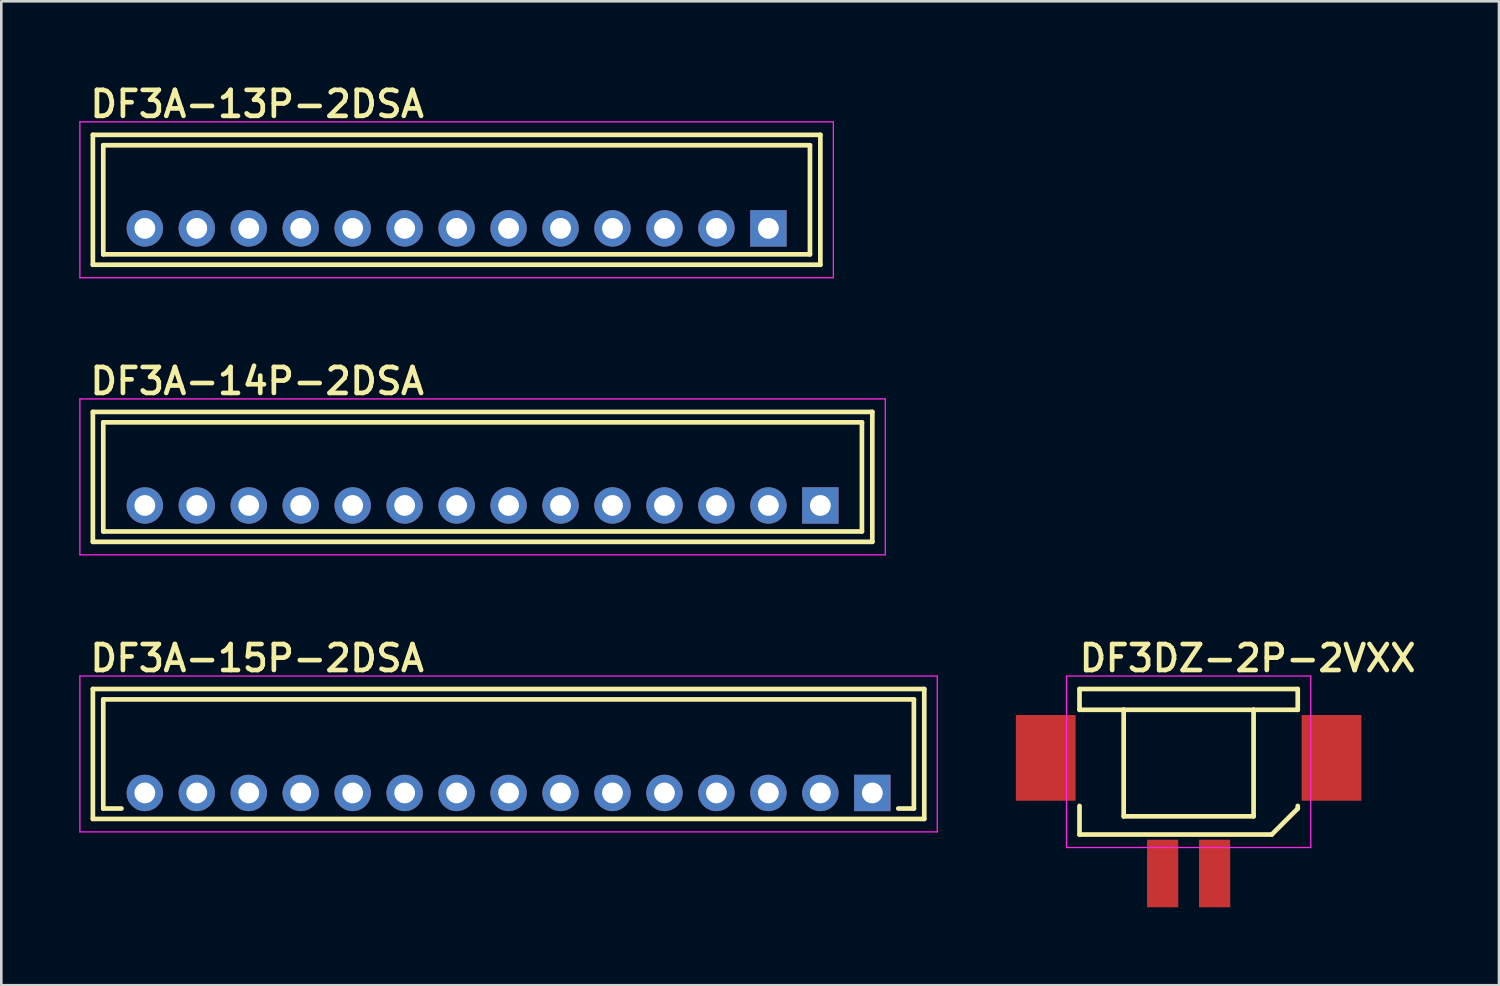
<source format=kicad_pcb>
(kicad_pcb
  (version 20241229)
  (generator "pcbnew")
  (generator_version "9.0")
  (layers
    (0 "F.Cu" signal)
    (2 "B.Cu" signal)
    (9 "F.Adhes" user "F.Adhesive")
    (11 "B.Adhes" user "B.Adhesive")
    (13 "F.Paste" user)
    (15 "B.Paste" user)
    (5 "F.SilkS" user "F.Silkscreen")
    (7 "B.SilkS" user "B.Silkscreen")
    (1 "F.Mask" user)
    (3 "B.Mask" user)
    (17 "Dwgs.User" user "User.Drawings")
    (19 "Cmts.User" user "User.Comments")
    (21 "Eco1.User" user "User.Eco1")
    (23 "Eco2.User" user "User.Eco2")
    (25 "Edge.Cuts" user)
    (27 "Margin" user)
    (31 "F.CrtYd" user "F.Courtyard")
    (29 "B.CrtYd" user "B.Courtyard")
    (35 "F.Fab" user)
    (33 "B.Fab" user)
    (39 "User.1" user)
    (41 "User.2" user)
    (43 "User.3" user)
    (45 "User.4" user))
  (footprint "DF3DZ-2P-2VXX"
    (layer "F.Cu")
    (at 42.7 30.57)
    (property "Reference" "DF3DZ-2P-2VXX" (at -4.3 -7.7 0) (layer "F.SilkS") (effects (font (size 1 1) (thickness 0.18)) (justify left bottom)))
    (attr through_hole)
    (fp_line (start -4.2 -7.1) (end -4.2 -6.3) (stroke (width 0.18) (type solid)) (layer "F.SilkS"))
    (fp_line (start -4.2 -7.1) (end 4.2 -7.1) (stroke (width 0.18) (type solid)) (layer "F.SilkS"))
    (fp_line (start -4.2 -1.5) (end -4.2 -2.6) (stroke (width 0.18) (type solid)) (layer "F.SilkS"))
    (fp_line (start -4.2 -1.5) (end 3.2 -1.5) (stroke (width 0.18) (type solid)) (layer "F.SilkS"))
    (fp_line (start -2.5 -6.3) (end -4.2 -6.3) (stroke (width 0.18) (type solid)) (layer "F.SilkS"))
    (fp_line (start -2.5 -6.3) (end -2.5 -2.2) (stroke (width 0.18) (type solid)) (layer "F.SilkS"))
    (fp_line (start -2.5 -6.3) (end 2.5 -6.3) (stroke (width 0.18) (type solid)) (layer "F.SilkS"))
    (fp_line (start -2.5 -2.2) (end 2.5 -2.2) (stroke (width 0.18) (type solid)) (layer "F.SilkS"))
    (fp_line (start 2.5 -6.3) (end 4.2 -6.3) (stroke (width 0.18) (type solid)) (layer "F.SilkS"))
    (fp_line (start 2.5 -2.2) (end 2.5 -6.3) (stroke (width 0.18) (type solid)) (layer "F.SilkS"))
    (fp_line (start 3.2 -1.5) (end 4.2 -2.5) (stroke (width 0.18) (type solid)) (layer "F.SilkS"))
    (fp_line (start 4.2 -7.1) (end 4.2 -6.3) (stroke (width 0.18) (type solid)) (layer "F.SilkS"))
    (fp_line (start 4.2 -2.5) (end 4.2 -2.6) (stroke (width 0.18) (type solid)) (layer "F.SilkS"))
    (fp_line (start -4.7 -7.6) (end 4.7 -7.6) (stroke (width 0.05) (type solid)) (layer "F.CrtYd"))
    (fp_line (start -4.7 -1) (end -4.7 -7.6) (stroke (width 0.05) (type solid)) (layer "F.CrtYd"))
    (fp_line (start 4.7 -7.6) (end 4.7 -1) (stroke (width 0.05) (type solid)) (layer "F.CrtYd"))
    (fp_line (start 4.7 -1) (end -4.7 -1) (stroke (width 0.05) (type solid)) (layer "F.CrtYd"))
    (pad "1" smd rect (at 1 0) (size 1.2 2.6) (layers "F.Cu" "F.Mask" "F.Paste"))
    (pad "2" smd rect (at -1 0) (size 1.2 2.6) (layers "F.Cu" "F.Mask" "F.Paste"))
    (pad "TAB" smd rect (at -5.5 -4.45) (size 2.3 3.3) (layers "F.Cu" "F.Mask" "F.Paste"))
    (pad "TAB" smd rect (at 5.5 -4.45) (size 2.3 3.3) (layers "F.Cu" "F.Mask" "F.Paste")))
  (footprint "DF3A-14P-2DSA"
    (layer "F.Cu")
    (at 15.525 16.405)
    (property "Reference" "DF3A-14P-2DSA" (at -15.2 -4.2 0) (layer "F.SilkS") (effects (font (size 1 1) (thickness 0.18)) (justify left bottom)))
    (attr through_hole)
    (fp_line (start -15 -3.6) (end 15 -3.6) (stroke (width 0.18) (type solid)) (layer "F.SilkS"))
    (fp_line (start -15 1.4) (end -15 -3.6) (stroke (width 0.18) (type solid)) (layer "F.SilkS"))
    (fp_line (start -14.6 -3.2) (end -14.6 1) (stroke (width 0.18) (type solid)) (layer "F.SilkS"))
    (fp_line (start -14.6 -3.2) (end 14.6 -3.2) (stroke (width 0.18) (type solid)) (layer "F.SilkS"))
    (fp_line (start -14.6 1) (end 14.6 1) (stroke (width 0.18) (type solid)) (layer "F.SilkS"))
    (fp_line (start 14.6 -3.2) (end 14.6 1) (stroke (width 0.18) (type solid)) (layer "F.SilkS"))
    (fp_line (start 15 -3.6) (end 15 1.4) (stroke (width 0.18) (type solid)) (layer "F.SilkS"))
    (fp_line (start 15 1.4) (end -15 1.4) (stroke (width 0.18) (type solid)) (layer "F.SilkS"))
    (fp_line (start -15.5 -4.1) (end 15.5 -4.1) (stroke (width 0.05) (type solid)) (layer "F.CrtYd"))
    (fp_line (start -15.5 1.9) (end -15.5 -4.1) (stroke (width 0.05) (type solid)) (layer "F.CrtYd"))
    (fp_line (start 15.5 -4.1) (end 15.5 1.9) (stroke (width 0.05) (type solid)) (layer "F.CrtYd"))
    (fp_line (start 15.5 1.9) (end -15.5 1.9) (stroke (width 0.05) (type solid)) (layer "F.CrtYd"))
    (pad "1" thru_hole rect (at 13 0) (size 1.4 1.4) (drill 0.8) (layers "*.Cu" "*.Mask"))
    (pad "2" thru_hole circle (at 11 0) (size 1.4 1.4) (drill 0.8) (layers "*.Cu" "*.Mask"))
    (pad "3" thru_hole circle (at 9 0) (size 1.4 1.4) (drill 0.8) (layers "*.Cu" "*.Mask"))
    (pad "4" thru_hole circle (at 7 0) (size 1.4 1.4) (drill 0.8) (layers "*.Cu" "*.Mask"))
    (pad "5" thru_hole circle (at 5 0) (size 1.4 1.4) (drill 0.8) (layers "*.Cu" "*.Mask"))
    (pad "6" thru_hole circle (at 3 0) (size 1.4 1.4) (drill 0.8) (layers "*.Cu" "*.Mask"))
    (pad "7" thru_hole circle (at 1 0) (size 1.4 1.4) (drill 0.8) (layers "*.Cu" "*.Mask"))
    (pad "8" thru_hole circle (at -1 0) (size 1.4 1.4) (drill 0.8) (layers "*.Cu" "*.Mask"))
    (pad "9" thru_hole circle (at -3 0) (size 1.4 1.4) (drill 0.8) (layers "*.Cu" "*.Mask"))
    (pad "10" thru_hole circle (at -5 0) (size 1.4 1.4) (drill 0.8) (layers "*.Cu" "*.Mask"))
    (pad "11" thru_hole circle (at -7 0) (size 1.4 1.4) (drill 0.8) (layers "*.Cu" "*.Mask"))
    (pad "12" thru_hole circle (at -9 0) (size 1.4 1.4) (drill 0.8) (layers "*.Cu" "*.Mask"))
    (pad "13" thru_hole circle (at -11 0) (size 1.4 1.4) (drill 0.8) (layers "*.Cu" "*.Mask"))
    (pad "14" thru_hole circle (at -13 0) (size 1.4 1.4) (drill 0.8) (layers "*.Cu" "*.Mask")))
  (footprint "DF3A-15P-2DSA"
    (layer "F.Cu")
    (at 16.525 27.47)
    (property "Reference" "DF3A-15P-2DSA" (at -16.2 -4.6 0) (layer "F.SilkS") (effects (font (size 1 1) (thickness 0.18)) (justify left bottom)))
    (attr through_hole)
    (fp_line (start -16 -4) (end 16 -4) (stroke (width 0.18) (type solid)) (layer "F.SilkS"))
    (fp_line (start -16 1) (end -16 -4) (stroke (width 0.18) (type solid)) (layer "F.SilkS"))
    (fp_line (start -15.6 -3.6) (end -15.6 0.6) (stroke (width 0.18) (type solid)) (layer "F.SilkS"))
    (fp_line (start -15.6 -3.6) (end 15.6 -3.6) (stroke (width 0.18) (type solid)) (layer "F.SilkS"))
    (fp_line (start -15.6 0.6) (end -14.9 0.6) (stroke (width 0.18) (type solid)) (layer "F.SilkS"))
    (fp_line (start 15.6 -3.6) (end 15.6 0.6) (stroke (width 0.18) (type solid)) (layer "F.SilkS"))
    (fp_line (start 15.6 0.6) (end 15 0.6) (stroke (width 0.18) (type solid)) (layer "F.SilkS"))
    (fp_line (start 16 -4) (end 16 1) (stroke (width 0.18) (type solid)) (layer "F.SilkS"))
    (fp_line (start 16 1) (end -16 1) (stroke (width 0.18) (type solid)) (layer "F.SilkS"))
    (fp_line (start -16.5 -4.5) (end 16.5 -4.5) (stroke (width 0.05) (type solid)) (layer "F.CrtYd"))
    (fp_line (start -16.5 1.5) (end -16.5 -4.5) (stroke (width 0.05) (type solid)) (layer "F.CrtYd"))
    (fp_line (start 16.5 -4.5) (end 16.5 1.5) (stroke (width 0.05) (type solid)) (layer "F.CrtYd"))
    (fp_line (start 16.5 1.5) (end -16.5 1.5) (stroke (width 0.05) (type solid)) (layer "F.CrtYd"))
    (pad "1" thru_hole rect (at 14 0) (size 1.4 1.4) (drill 0.8) (layers "*.Cu" "*.Mask"))
    (pad "2" thru_hole circle (at 12 0) (size 1.4 1.4) (drill 0.8) (layers "*.Cu" "*.Mask"))
    (pad "3" thru_hole circle (at 10 0) (size 1.4 1.4) (drill 0.8) (layers "*.Cu" "*.Mask"))
    (pad "4" thru_hole circle (at 8 0) (size 1.4 1.4) (drill 0.8) (layers "*.Cu" "*.Mask"))
    (pad "5" thru_hole circle (at 6 0) (size 1.4 1.4) (drill 0.8) (layers "*.Cu" "*.Mask"))
    (pad "6" thru_hole circle (at 4 0) (size 1.4 1.4) (drill 0.8) (layers "*.Cu" "*.Mask"))
    (pad "7" thru_hole circle (at 2 0) (size 1.4 1.4) (drill 0.8) (layers "*.Cu" "*.Mask"))
    (pad "8" thru_hole circle (at 0 0) (size 1.4 1.4) (drill 0.8) (layers "*.Cu" "*.Mask"))
    (pad "9" thru_hole circle (at -2 0) (size 1.4 1.4) (drill 0.8) (layers "*.Cu" "*.Mask"))
    (pad "10" thru_hole circle (at -4 0) (size 1.4 1.4) (drill 0.8) (layers "*.Cu" "*.Mask"))
    (pad "11" thru_hole circle (at -6 0) (size 1.4 1.4) (drill 0.8) (layers "*.Cu" "*.Mask"))
    (pad "12" thru_hole circle (at -8 0) (size 1.4 1.4) (drill 0.8) (layers "*.Cu" "*.Mask"))
    (pad "13" thru_hole circle (at -10 0) (size 1.4 1.4) (drill 0.8) (layers "*.Cu" "*.Mask"))
    (pad "14" thru_hole circle (at -12 0) (size 1.4 1.4) (drill 0.8) (layers "*.Cu" "*.Mask"))
    (pad "15" thru_hole circle (at -14 0) (size 1.4 1.4) (drill 0.8) (layers "*.Cu" "*.Mask")))
  (footprint "DF3A-13P-2DSA"
    (layer "F.Cu")
    (at 14.525 5.74)
    (property "Reference" "DF3A-13P-2DSA" (at -14.2 -4.2 0) (layer "F.SilkS") (effects (font (size 1 1) (thickness 0.18)) (justify left bottom)))
    (attr through_hole)
    (fp_line (start -14 -3.6) (end 14 -3.6) (stroke (width 0.18) (type solid)) (layer "F.SilkS"))
    (fp_line (start -14 1.4) (end -14 -3.6) (stroke (width 0.18) (type solid)) (layer "F.SilkS"))
    (fp_line (start -13.6 -3.2) (end -13.6 1) (stroke (width 0.18) (type solid)) (layer "F.SilkS"))
    (fp_line (start -13.6 -3.2) (end 13.6 -3.2) (stroke (width 0.18) (type solid)) (layer "F.SilkS"))
    (fp_line (start -13.6 1) (end 13.6 1) (stroke (width 0.18) (type solid)) (layer "F.SilkS"))
    (fp_line (start 13.6 -3.2) (end 13.6 1) (stroke (width 0.18) (type solid)) (layer "F.SilkS"))
    (fp_line (start 14 -3.6) (end 14 1.4) (stroke (width 0.18) (type solid)) (layer "F.SilkS"))
    (fp_line (start 14 1.4) (end -14 1.4) (stroke (width 0.18) (type solid)) (layer "F.SilkS"))
    (fp_line (start -14.5 -4.1) (end 14.5 -4.1) (stroke (width 0.05) (type solid)) (layer "F.CrtYd"))
    (fp_line (start -14.5 1.9) (end -14.5 -4.1) (stroke (width 0.05) (type solid)) (layer "F.CrtYd"))
    (fp_line (start 14.5 -4.1) (end 14.5 1.9) (stroke (width 0.05) (type solid)) (layer "F.CrtYd"))
    (fp_line (start 14.5 1.9) (end -14.5 1.9) (stroke (width 0.05) (type solid)) (layer "F.CrtYd"))
    (pad "1" thru_hole rect (at 12 0) (size 1.4 1.4) (drill 0.8) (layers "*.Cu" "*.Mask"))
    (pad "2" thru_hole circle (at 10 0) (size 1.4 1.4) (drill 0.8) (layers "*.Cu" "*.Mask"))
    (pad "3" thru_hole circle (at 8 0) (size 1.4 1.4) (drill 0.8) (layers "*.Cu" "*.Mask"))
    (pad "4" thru_hole circle (at 6 0) (size 1.4 1.4) (drill 0.8) (layers "*.Cu" "*.Mask"))
    (pad "5" thru_hole circle (at 4 0) (size 1.4 1.4) (drill 0.8) (layers "*.Cu" "*.Mask"))
    (pad "6" thru_hole circle (at 2 0) (size 1.4 1.4) (drill 0.8) (layers "*.Cu" "*.Mask"))
    (pad "7" thru_hole circle (at 0 0) (size 1.4 1.4) (drill 0.8) (layers "*.Cu" "*.Mask"))
    (pad "8" thru_hole circle (at -2 0) (size 1.4 1.4) (drill 0.8) (layers "*.Cu" "*.Mask"))
    (pad "9" thru_hole circle (at -4 0) (size 1.4 1.4) (drill 0.8) (layers "*.Cu" "*.Mask"))
    (pad "10" thru_hole circle (at -6 0) (size 1.4 1.4) (drill 0.8) (layers "*.Cu" "*.Mask"))
    (pad "11" thru_hole circle (at -8 0) (size 1.4 1.4) (drill 0.8) (layers "*.Cu" "*.Mask"))
    (pad "12" thru_hole circle (at -10 0) (size 1.4 1.4) (drill 0.8) (layers "*.Cu" "*.Mask"))
    (pad "13" thru_hole circle (at -12 0) (size 1.4 1.4) (drill 0.8) (layers "*.Cu" "*.Mask")))
  (gr_rect
    (start -3 -3)
    (end 54.645 34.87)
    (stroke (width 0.1) (type default))
    (fill no)
    (layer "Edge.Cuts")))
</source>
